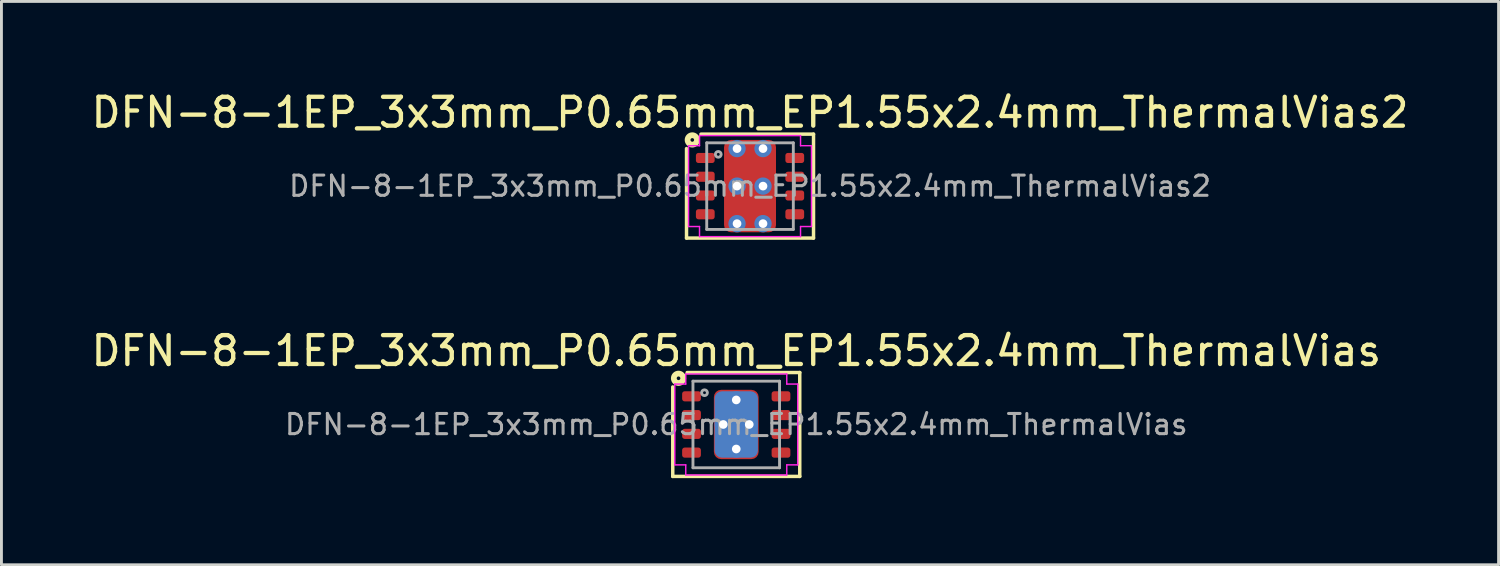
<source format=kicad_pcb>
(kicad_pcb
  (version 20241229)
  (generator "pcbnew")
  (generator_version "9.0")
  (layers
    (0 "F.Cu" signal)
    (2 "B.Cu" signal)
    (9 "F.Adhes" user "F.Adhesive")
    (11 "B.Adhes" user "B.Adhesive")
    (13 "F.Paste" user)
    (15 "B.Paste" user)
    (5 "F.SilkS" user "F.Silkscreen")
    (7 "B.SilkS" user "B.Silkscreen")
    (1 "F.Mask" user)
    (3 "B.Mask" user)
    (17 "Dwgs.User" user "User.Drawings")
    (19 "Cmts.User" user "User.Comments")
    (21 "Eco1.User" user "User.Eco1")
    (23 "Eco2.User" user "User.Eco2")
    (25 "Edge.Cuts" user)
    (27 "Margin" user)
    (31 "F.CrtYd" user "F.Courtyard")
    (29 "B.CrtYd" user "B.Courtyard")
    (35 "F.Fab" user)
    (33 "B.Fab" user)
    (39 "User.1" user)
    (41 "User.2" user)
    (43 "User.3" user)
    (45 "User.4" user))
  (footprint "DFN-8-1EP_3x3mm_P0.65mm_EP1.55x2.4mm_ThermalVias"
    (layer "F.Cu")
    (at 22.458 11.656)
    (property "Reference" "DFN-8-1EP_3x3mm_P0.65mm_EP1.55x2.4mm_ThermalVias" (at 0 -2.55 0) (layer "F.SilkS") (effects (font (size 1 1) (thickness 0.15))))
    (attr smd)
    (fp_line (start -2.2 1.8) (end -2.2 -1.3) (stroke (width 0.12) (type solid)) (layer "F.SilkS"))
    (fp_line (start -1.7 -1.8) (end 2.2 -1.8) (stroke (width 0.12) (type solid)) (layer "F.SilkS"))
    (fp_line (start 2.2 -1.8) (end 2.2 1.8) (stroke (width 0.12) (type solid)) (layer "F.SilkS"))
    (fp_line (start 2.2 1.8) (end -2.2 1.8) (stroke (width 0.12) (type solid)) (layer "F.SilkS"))
    (fp_circle (center -2 -1.6) (end -1.937 -1.6) (stroke (width 0.2) (type solid)) (fill no) (layer "F.SilkS"))
    (fp_line (start -2.13 -1.4) (end -2.13 1.4) (stroke (width 0.05) (type solid)) (layer "F.CrtYd"))
    (fp_line (start -1.75 -1.75) (end -1.75 -1.4) (stroke (width 0.05) (type solid)) (layer "F.CrtYd"))
    (fp_line (start -1.75 -1.75) (end 1.75 -1.75) (stroke (width 0.05) (type solid)) (layer "F.CrtYd"))
    (fp_line (start -1.75 -1.4) (end -2.13 -1.4) (stroke (width 0.05) (type solid)) (layer "F.CrtYd"))
    (fp_line (start -1.75 1.4) (end -2.13 1.4) (stroke (width 0.05) (type solid)) (layer "F.CrtYd"))
    (fp_line (start -1.75 1.75) (end -1.75 1.4) (stroke (width 0.05) (type solid)) (layer "F.CrtYd"))
    (fp_line (start -1.75 1.75) (end 1.75 1.75) (stroke (width 0.05) (type solid)) (layer "F.CrtYd"))
    (fp_line (start 1.75 -1.75) (end 1.75 -1.4) (stroke (width 0.05) (type solid)) (layer "F.CrtYd"))
    (fp_line (start 1.75 -1.4) (end 2.13 -1.4) (stroke (width 0.05) (type solid)) (layer "F.CrtYd"))
    (fp_line (start 1.75 1.4) (end 2.13 1.4) (stroke (width 0.05) (type solid)) (layer "F.CrtYd"))
    (fp_line (start 1.75 1.75) (end 1.75 1.4) (stroke (width 0.05) (type solid)) (layer "F.CrtYd"))
    (fp_line (start 2.13 -1.4) (end 2.13 1.4) (stroke (width 0.05) (type solid)) (layer "F.CrtYd"))
    (fp_line (start -1.5 -1.5) (end 1.5 -1.5) (stroke (width 0.1) (type solid)) (layer "F.Fab"))
    (fp_line (start -1.5 1.5) (end -1.5 -1.5) (stroke (width 0.1) (type solid)) (layer "F.Fab"))
    (fp_line (start 1.5 -1.5) (end 1.5 1.5) (stroke (width 0.1) (type solid)) (layer "F.Fab"))
    (fp_line (start 1.5 1.5) (end -1.5 1.5) (stroke (width 0.1) (type solid)) (layer "F.Fab"))
    (fp_circle (center -1.1 -1.1) (end -1 -1.1) (stroke (width 0.1) (type solid)) (fill no) (layer "F.Fab"))
    (fp_text user "${REFERENCE}" (at 0 0 0) (layer "F.Fab") (effects (font (size 0.7 0.7) (thickness 0.105))))
    (pad "" smd roundrect (at -0.388 -0.6) (size 0.6 1) (layers "F.Paste") (roundrect_rratio 0.25))
    (pad "" smd roundrect (at -0.388 0.6) (size 0.6 1) (layers "F.Paste") (roundrect_rratio 0.25))
    (pad "" smd roundrect (at 0.388 -0.6) (size 0.6 1) (layers "F.Paste") (roundrect_rratio 0.25))
    (pad "" smd roundrect (at 0.388 0.6) (size 0.6 1) (layers "F.Paste") (roundrect_rratio 0.25))
    (pad "1" smd roundrect (at -1.55 -0.975) (size 0.65 0.35) (layers "F.Cu" "F.Mask" "F.Paste") (roundrect_rratio 0.25))
    (pad "2" smd roundrect (at -1.55 -0.325) (size 0.65 0.35) (layers "F.Cu" "F.Mask" "F.Paste") (roundrect_rratio 0.25))
    (pad "3" smd roundrect (at -1.55 0.325) (size 0.65 0.35) (layers "F.Cu" "F.Mask" "F.Paste") (roundrect_rratio 0.25))
    (pad "4" smd roundrect (at -1.55 0.975) (size 0.65 0.35) (layers "F.Cu" "F.Mask" "F.Paste") (roundrect_rratio 0.25))
    (pad "5" smd roundrect (at 1.55 0.975) (size 0.65 0.35) (layers "F.Cu" "F.Mask" "F.Paste") (roundrect_rratio 0.25))
    (pad "6" smd roundrect (at 1.55 0.325) (size 0.65 0.35) (layers "F.Cu" "F.Mask" "F.Paste") (roundrect_rratio 0.25))
    (pad "7" smd roundrect (at 1.55 -0.325) (size 0.65 0.35) (layers "F.Cu" "F.Mask" "F.Paste") (roundrect_rratio 0.25))
    (pad "8" smd roundrect (at 1.55 -0.975) (size 0.65 0.35) (layers "F.Cu" "F.Mask" "F.Paste") (roundrect_rratio 0.25))
    (pad "9" thru_hole circle (at -0.45 0) (size 0.6 0.6) (drill 0.3) (property pad_prop_heatsink) (layers "*.Cu"))
    (pad "9" thru_hole circle (at 0 -0.85) (size 0.6 0.6) (drill 0.3) (property pad_prop_heatsink) (layers "*.Cu"))
    (pad "9" smd roundrect (at 0 0) (size 1.5 2.3) (layers "B.Cu" "B.Mask") (roundrect_rratio 0.167))
    (pad "9" smd roundrect (at 0 0) (size 1.55 2.4) (layers "F.Cu" "F.Mask") (roundrect_rratio 0.161))
    (pad "9" thru_hole circle (at 0 0.85) (size 0.6 0.6) (drill 0.3) (property pad_prop_heatsink) (layers "*.Cu"))
    (pad "9" thru_hole circle (at 0.45 0) (size 0.6 0.6) (drill 0.3) (property pad_prop_heatsink) (layers "*.Cu")))
  (footprint "DFN-8-1EP_3x3mm_P0.65mm_EP1.55x2.4mm_ThermalVias2"
    (layer "F.Cu")
    (at 22.935 3.398)
    (property "Reference" "DFN-8-1EP_3x3mm_P0.65mm_EP1.55x2.4mm_ThermalVias2" (at 0 -2.55 0) (layer "F.SilkS") (effects (font (size 1 1) (thickness 0.15))))
    (attr smd)
    (fp_line (start -2.2 1.8) (end -2.2 -1.3) (stroke (width 0.12) (type solid)) (layer "F.SilkS"))
    (fp_line (start -1.7 -1.8) (end 2.2 -1.8) (stroke (width 0.12) (type solid)) (layer "F.SilkS"))
    (fp_line (start 2.2 -1.8) (end 2.2 1.8) (stroke (width 0.12) (type solid)) (layer "F.SilkS"))
    (fp_line (start 2.2 1.8) (end -2.2 1.8) (stroke (width 0.12) (type solid)) (layer "F.SilkS"))
    (fp_circle (center -2 -1.6) (end -1.937 -1.6) (stroke (width 0.2) (type solid)) (fill no) (layer "F.SilkS"))
    (fp_line (start -2.13 -1.4) (end -2.13 1.4) (stroke (width 0.05) (type solid)) (layer "F.CrtYd"))
    (fp_line (start -1.75 -1.75) (end -1.75 -1.4) (stroke (width 0.05) (type solid)) (layer "F.CrtYd"))
    (fp_line (start -1.75 -1.75) (end 1.75 -1.75) (stroke (width 0.05) (type solid)) (layer "F.CrtYd"))
    (fp_line (start -1.75 -1.4) (end -2.13 -1.4) (stroke (width 0.05) (type solid)) (layer "F.CrtYd"))
    (fp_line (start -1.75 1.4) (end -2.13 1.4) (stroke (width 0.05) (type solid)) (layer "F.CrtYd"))
    (fp_line (start -1.75 1.75) (end -1.75 1.4) (stroke (width 0.05) (type solid)) (layer "F.CrtYd"))
    (fp_line (start -1.75 1.75) (end 1.75 1.75) (stroke (width 0.05) (type solid)) (layer "F.CrtYd"))
    (fp_line (start 1.75 -1.75) (end 1.75 -1.4) (stroke (width 0.05) (type solid)) (layer "F.CrtYd"))
    (fp_line (start 1.75 -1.4) (end 2.13 -1.4) (stroke (width 0.05) (type solid)) (layer "F.CrtYd"))
    (fp_line (start 1.75 1.4) (end 2.13 1.4) (stroke (width 0.05) (type solid)) (layer "F.CrtYd"))
    (fp_line (start 1.75 1.75) (end 1.75 1.4) (stroke (width 0.05) (type solid)) (layer "F.CrtYd"))
    (fp_line (start 2.13 -1.4) (end 2.13 1.4) (stroke (width 0.05) (type solid)) (layer "F.CrtYd"))
    (fp_line (start -1.5 -1.5) (end 1.5 -1.5) (stroke (width 0.1) (type solid)) (layer "F.Fab"))
    (fp_line (start -1.5 1.5) (end -1.5 -1.5) (stroke (width 0.1) (type solid)) (layer "F.Fab"))
    (fp_line (start 1.5 -1.5) (end 1.5 1.5) (stroke (width 0.1) (type solid)) (layer "F.Fab"))
    (fp_line (start 1.5 1.5) (end -1.5 1.5) (stroke (width 0.1) (type solid)) (layer "F.Fab"))
    (fp_circle (center -1.1 -1.1) (end -1 -1.1) (stroke (width 0.1) (type solid)) (fill no) (layer "F.Fab"))
    (fp_text user "${REFERENCE}" (at 0 0 0) (layer "F.Fab") (effects (font (size 0.7 0.7) (thickness 0.105))))
    (pad "" smd roundrect (at -0.375 -0.65) (size 0.55 0.5) (layers "F.Paste") (roundrect_rratio 0.25))
    (pad "" smd roundrect (at -0.375 0.65) (size 0.55 0.5) (layers "F.Paste") (roundrect_rratio 0.25))
    (pad "" smd roundrect (at 0 -0.65) (size 1.55 0.7) (layers "F.Mask") (roundrect_rratio 0.25))
    (pad "" smd roundrect (at 0 0.65) (size 1.55 0.7) (layers "F.Mask") (roundrect_rratio 0.25))
    (pad "" smd roundrect (at 0.375 -0.65) (size 0.55 0.5) (layers "F.Paste") (roundrect_rratio 0.25))
    (pad "" smd roundrect (at 0.375 0.65) (size 0.55 0.5) (layers "F.Paste") (roundrect_rratio 0.25))
    (pad "1" smd roundrect (at -1.55 -0.975) (size 0.65 0.35) (layers "F.Cu" "F.Mask" "F.Paste") (roundrect_rratio 0.25))
    (pad "2" smd roundrect (at -1.55 -0.325) (size 0.65 0.35) (layers "F.Cu" "F.Mask" "F.Paste") (roundrect_rratio 0.25))
    (pad "3" smd roundrect (at -1.55 0.325) (size 0.65 0.35) (layers "F.Cu" "F.Mask" "F.Paste") (roundrect_rratio 0.25))
    (pad "4" smd roundrect (at -1.55 0.975) (size 0.65 0.35) (layers "F.Cu" "F.Mask" "F.Paste") (roundrect_rratio 0.25))
    (pad "5" smd roundrect (at 1.55 0.975) (size 0.65 0.35) (layers "F.Cu" "F.Mask" "F.Paste") (roundrect_rratio 0.25))
    (pad "6" smd roundrect (at 1.55 0.325) (size 0.65 0.35) (layers "F.Cu" "F.Mask" "F.Paste") (roundrect_rratio 0.25))
    (pad "7" smd roundrect (at 1.55 -0.325) (size 0.65 0.35) (layers "F.Cu" "F.Mask" "F.Paste") (roundrect_rratio 0.25))
    (pad "8" smd roundrect (at 1.55 -0.975) (size 0.65 0.35) (layers "F.Cu" "F.Mask" "F.Paste") (roundrect_rratio 0.25))
    (pad "9" thru_hole circle (at -0.45 -1.3) (size 0.6 0.6) (drill 0.3) (property pad_prop_heatsink) (layers "*.Cu" "*.Mask"))
    (pad "9" thru_hole circle (at -0.45 0) (size 0.6 0.6) (drill 0.3) (property pad_prop_heatsink) (layers "*.Cu" "*.Mask"))
    (pad "9" thru_hole circle (at -0.45 1.3) (size 0.6 0.6) (drill 0.3) (property pad_prop_heatsink) (layers "*.Cu" "*.Mask"))
    (pad "9" smd roundrect (at 0 0) (size 1.8 3.2) (layers "F.Cu") (roundrect_rratio 0.139))
    (pad "9" thru_hole circle (at 0.45 -1.3) (size 0.6 0.6) (drill 0.3) (property pad_prop_heatsink) (layers "*.Cu" "*.Mask"))
    (pad "9" thru_hole circle (at 0.45 0) (size 0.6 0.6) (drill 0.3) (property pad_prop_heatsink) (layers "*.Cu" "*.Mask"))
    (pad "9" thru_hole circle (at 0.45 1.3) (size 0.6 0.6) (drill 0.3) (property pad_prop_heatsink) (layers "*.Cu" "*.Mask")))
  (gr_rect
    (start -3 -3)
    (end 48.869 16.517)
    (stroke (width 0.1) (type default))
    (fill no)
    (layer "Edge.Cuts")))
</source>
